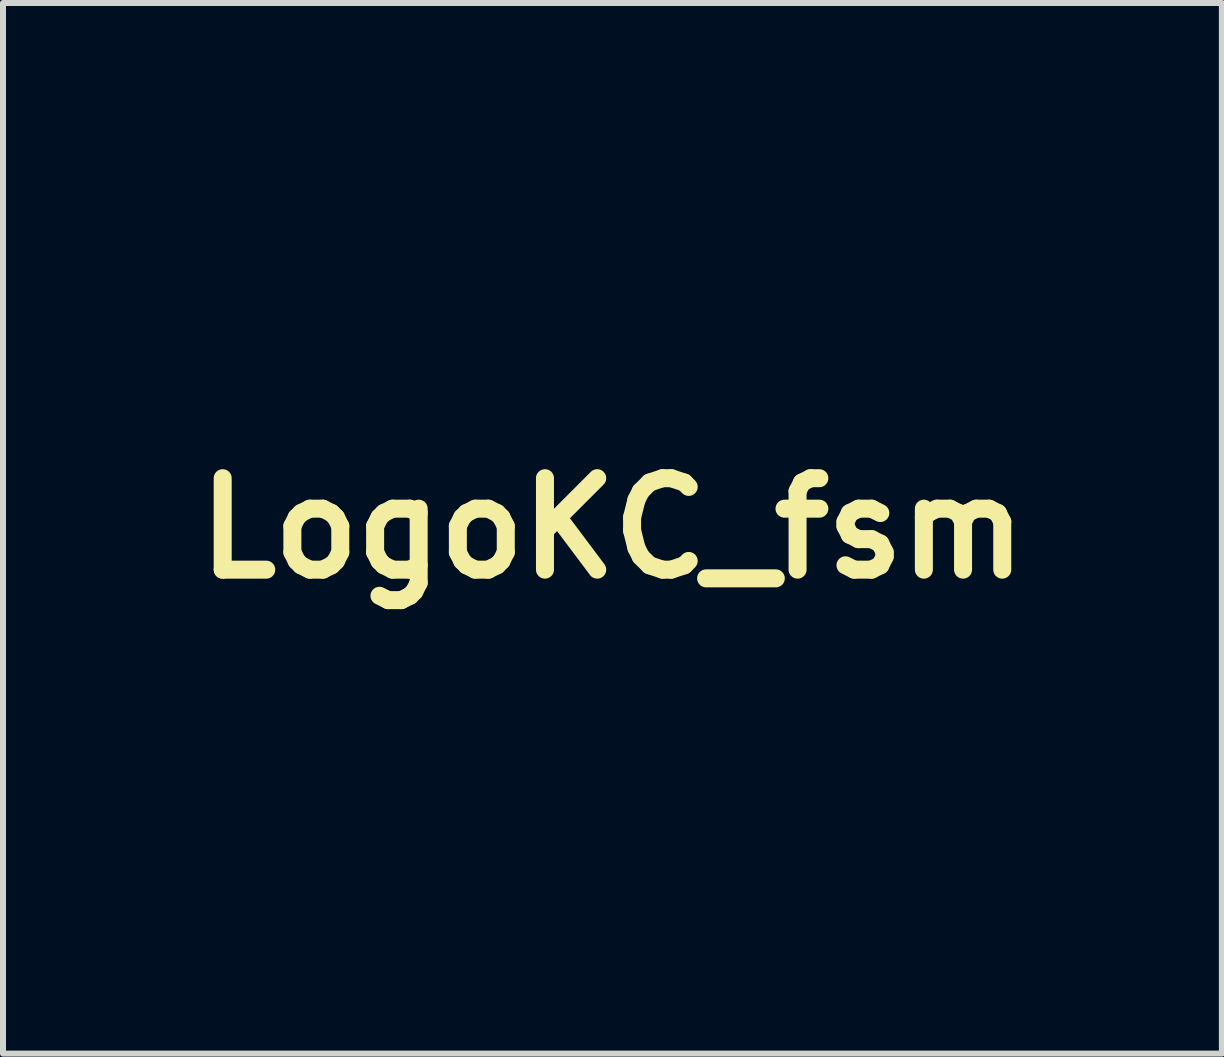
<source format=kicad_pcb>
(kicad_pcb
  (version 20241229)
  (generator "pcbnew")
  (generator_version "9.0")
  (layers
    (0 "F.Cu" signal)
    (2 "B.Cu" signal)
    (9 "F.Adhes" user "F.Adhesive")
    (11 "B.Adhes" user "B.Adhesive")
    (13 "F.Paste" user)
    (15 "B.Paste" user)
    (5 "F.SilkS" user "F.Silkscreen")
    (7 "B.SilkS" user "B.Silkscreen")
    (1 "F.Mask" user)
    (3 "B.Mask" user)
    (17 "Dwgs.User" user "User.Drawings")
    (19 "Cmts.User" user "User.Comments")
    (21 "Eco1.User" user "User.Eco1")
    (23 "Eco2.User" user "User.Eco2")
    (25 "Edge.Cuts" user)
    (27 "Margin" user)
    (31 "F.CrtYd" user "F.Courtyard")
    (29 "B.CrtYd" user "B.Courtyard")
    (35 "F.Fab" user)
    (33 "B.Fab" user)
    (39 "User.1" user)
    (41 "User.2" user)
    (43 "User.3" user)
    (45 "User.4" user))
  (footprint "LogoKC_fsm"
    (layer "F.Cu")
    (at 7.156 5.753)
    (property "Reference" "LogoKC_fsm" (at 0 0 0) (layer "F.SilkS") (effects (font (size 1.524 1.524) (thickness 0.3))))
    (attr board_only exclude_from_pos_files exclude_from_bom)
    (fp_poly (pts (xy 0.482 -5.733) (xy 0.662 -5.714) (xy 1.003 -5.661) (xy 1.337 -5.587) (xy 1.663 -5.493) (xy 1.981 -5.38) (xy 2.289 -5.249) (xy 2.587 -5.099) (xy 2.875 -4.933) (xy 3.152 -4.75) (xy 3.417 -4.551) (xy 3.67 -4.336) (xy 3.91 -4.107) (xy 4.136 -3.864) (xy 4.349 -3.608) (xy 4.546 -3.339) (xy 4.729 -3.058) (xy 4.895 -2.765) (xy 5.046 -2.462) (xy 5.179 -2.149) (xy 5.294 -1.826) (xy 5.391 -1.495) (xy 5.469 -1.155) (xy 5.527 -0.808) (xy 5.566 -0.454) (xy 5.569 -0.417) (xy 5.574 -0.331) (xy 5.577 -0.229) (xy 5.579 -0.116) (xy 5.58 0.003) (xy 5.579 0.121) (xy 5.577 0.234) (xy 5.573 0.336) (xy 5.569 0.417) (xy 5.532 0.772) (xy 5.476 1.12) (xy 5.399 1.461) (xy 5.303 1.795) (xy 5.189 2.12) (xy 5.057 2.435) (xy 4.907 2.741) (xy 4.741 3.037) (xy 4.558 3.321) (xy 4.36 3.593) (xy 4.146 3.852) (xy 3.918 4.098) (xy 3.677 4.33) (xy 3.421 4.547) (xy 3.153 4.749) (xy 2.873 4.934) (xy 2.582 5.103) (xy 2.279 5.254) (xy 1.966 5.386) (xy 1.643 5.5) (xy 1.31 5.593) (xy 1.273 5.603) (xy 0.933 5.674) (xy 0.591 5.722) (xy 0.247 5.749) (xy -0.1 5.754) (xy -0.322 5.746) (xy -0.661 5.715) (xy -0.997 5.663) (xy -1.329 5.59) (xy -1.656 5.496) (xy -1.976 5.381) (xy -2.29 5.247) (xy -2.595 5.093) (xy -2.891 4.921) (xy -3.177 4.73) (xy -3.451 4.521) (xy -3.714 4.294) (xy -3.88 4.135) (xy -4.125 3.876) (xy -4.352 3.603) (xy -4.561 3.318) (xy -4.751 3.021) (xy -4.923 2.713) (xy -5.076 2.395) (xy -5.21 2.067) (xy -5.324 1.732) (xy -5.418 1.388) (xy -5.491 1.038) (xy -5.544 0.681) (xy -5.569 0.417) (xy -5.574 0.331) (xy -5.577 0.229) (xy -5.579 0.116) (xy -5.58 0) (xy -5.397 0) (xy -5.394 0.22) (xy -5.386 0.424) (xy -5.372 0.616) (xy -5.351 0.801) (xy -5.323 0.984) (xy -5.286 1.17) (xy -5.241 1.363) (xy -5.218 1.456) (xy -5.151 1.689) (xy -5.069 1.929) (xy -4.976 2.17) (xy -4.874 2.407) (xy -4.764 2.633) (xy -4.658 2.829) (xy -4.475 3.127) (xy -4.274 3.411) (xy -4.055 3.683) (xy -3.821 3.94) (xy -3.571 4.181) (xy -3.307 4.406) (xy -3.031 4.612) (xy -2.875 4.716) (xy -2.705 4.821) (xy -2.525 4.923) (xy -2.343 5.019) (xy -2.163 5.105) (xy -1.992 5.18) (xy -1.951 5.197) (xy -1.64 5.309) (xy -1.319 5.402) (xy -0.99 5.476) (xy -0.657 5.53) (xy -0.411 5.557) (xy -0.351 5.561) (xy -0.272 5.563) (xy -0.179 5.565) (xy -0.077 5.565) (xy 0.032 5.564) (xy 0.142 5.562) (xy 0.25 5.56) (xy 0.352 5.556) (xy 0.443 5.552) (xy 0.52 5.547) (xy 0.572 5.542) (xy 0.914 5.491) (xy 1.25 5.419) (xy 1.58 5.327) (xy 1.901 5.215) (xy 2.213 5.083) (xy 2.515 4.933) (xy 2.629 4.869) (xy 2.917 4.692) (xy 3.194 4.495) (xy 3.46 4.279) (xy 3.714 4.047) (xy 3.954 3.798) (xy 4.179 3.533) (xy 4.269 3.418) (xy 4.462 3.146) (xy 4.64 2.859) (xy 4.8 2.559) (xy 4.944 2.249) (xy 5.069 1.93) (xy 5.175 1.604) (xy 5.262 1.273) (xy 5.328 0.939) (xy 5.341 0.85) (xy 5.356 0.749) (xy 5.368 0.659) (xy 5.377 0.576) (xy 5.384 0.496) (xy 5.39 0.414) (xy 5.393 0.327) (xy 5.395 0.231) (xy 5.397 0.12) (xy 5.397 0) (xy 5.396 -0.128) (xy 5.395 -0.238) (xy 5.393 -0.334) (xy 5.389 -0.42) (xy 5.384 -0.501) (xy 5.377 -0.581) (xy 5.367 -0.665) (xy 5.355 -0.755) (xy 5.341 -0.85) (xy 5.279 -1.197) (xy 5.195 -1.539) (xy 5.09 -1.874) (xy 4.965 -2.201) (xy 4.819 -2.521) (xy 4.654 -2.831) (xy 4.47 -3.131) (xy 4.267 -3.42) (xy 4.045 -3.698) (xy 4.037 -3.707) (xy 3.978 -3.774) (xy 3.905 -3.851) (xy 3.824 -3.935) (xy 3.738 -4.021) (xy 3.65 -4.106) (xy 3.566 -4.186) (xy 3.488 -4.257) (xy 3.424 -4.312) (xy 3.146 -4.53) (xy 2.859 -4.728) (xy 2.563 -4.905) (xy 2.258 -5.062) (xy 1.945 -5.198) (xy 1.623 -5.314) (xy 1.293 -5.409) (xy 0.956 -5.483) (xy 0.61 -5.537) (xy 0.572 -5.541) (xy 0.492 -5.549) (xy 0.394 -5.555) (xy 0.283 -5.561) (xy 0.165 -5.564) (xy 0.045 -5.567) (xy -0.074 -5.567) (xy -0.185 -5.566) (xy -0.285 -5.563) (xy -0.367 -5.559) (xy -0.61 -5.536) (xy -0.842 -5.503) (xy -1.07 -5.461) (xy -1.283 -5.412) (xy -1.605 -5.32) (xy -1.921 -5.207) (xy -2.232 -5.073) (xy -2.533 -4.921) (xy -2.825 -4.75) (xy -3.104 -4.562) (xy -3.308 -4.406) (xy -3.574 -4.179) (xy -3.824 -3.937) (xy -4.057 -3.681) (xy -4.274 -3.41) (xy -4.473 -3.127) (xy -4.655 -2.832) (xy -4.818 -2.526) (xy -4.962 -2.21) (xy -5.087 -1.884) (xy -5.192 -1.549) (xy -5.276 -1.207) (xy -5.284 -1.171) (xy -5.314 -1.022) (xy -5.338 -0.883) (xy -5.358 -0.752) (xy -5.373 -0.623) (xy -5.384 -0.491) (xy -5.391 -0.352) (xy -5.395 -0.201) (xy -5.397 -0.033) (xy -5.397 0) (xy -5.58 0) (xy -5.58 -0.003) (xy -5.579 -0.121) (xy -5.577 -0.234) (xy -5.573 -0.335) (xy -5.569 -0.417) (xy -5.532 -0.772) (xy -5.475 -1.122) (xy -5.398 -1.464) (xy -5.302 -1.799) (xy -5.187 -2.126) (xy -5.054 -2.443) (xy -4.902 -2.751) (xy -4.734 -3.049) (xy -4.549 -3.335) (xy -4.348 -3.608) (xy -4.131 -3.87) (xy -3.9 -4.117) (xy -3.654 -4.35) (xy -3.394 -4.569) (xy -3.121 -4.771) (xy -2.835 -4.957) (xy -2.537 -5.126) (xy -2.227 -5.276) (xy -1.906 -5.408) (xy -1.884 -5.417) (xy -1.556 -5.526) (xy -1.223 -5.614) (xy -0.885 -5.681) (xy -0.545 -5.727) (xy -0.203 -5.751) (xy 0.14 -5.753)) (stroke (width 0) (type solid)) (fill yes) (layer "F.Mask"))
    (fp_poly (pts (xy -0.001 -3.824) (xy 0.55 -3.823) (xy 0.603 -3.734) (xy 0.613 -3.717) (xy 0.633 -3.682) (xy 0.664 -3.629) (xy 0.704 -3.559) (xy 0.754 -3.473) (xy 0.813 -3.372) (xy 0.88 -3.256) (xy 0.955 -3.126) (xy 1.037 -2.983) (xy 1.127 -2.828) (xy 1.223 -2.661) (xy 1.326 -2.483) (xy 1.434 -2.296) (xy 1.548 -2.099) (xy 1.666 -1.894) (xy 1.789 -1.682) (xy 1.916 -1.462) (xy 2.046 -1.237) (xy 2.179 -1.006) (xy 2.315 -0.77) (xy 2.322 -0.758) (xy 3.99 2.13) (xy 3.529 3.223) (xy 0 3.223) (xy -3.529 3.223) (xy -3.76 2.677) (xy -3.942 2.243) (xy -3.724 2.243) (xy -3.72 2.254) (xy -3.708 2.284) (xy -3.689 2.33) (xy -3.665 2.39) (xy -3.636 2.46) (xy -3.602 2.54) (xy -3.566 2.626) (xy -3.561 2.637) (xy -3.398 3.024) (xy 3.289 3.024) (xy 3.207 2.882) (xy 3.194 2.86) (xy 3.171 2.819) (xy 3.137 2.761) (xy 3.094 2.686) (xy 3.041 2.595) (xy 2.981 2.49) (xy 2.912 2.371) (xy 2.835 2.238) (xy 2.752 2.094) (xy 2.662 1.938) (xy 2.565 1.771) (xy 2.464 1.595) (xy 2.357 1.411) (xy 2.246 1.218) (xy 2.131 1.019) (xy 2.012 0.813) (xy 1.891 0.603) (xy 1.767 0.388) (xy 1.735 0.334) (xy 1.612 0.12) (xy 1.491 -0.089) (xy 1.374 -0.292) (xy 1.26 -0.488) (xy 1.151 -0.677) (xy 1.047 -0.857) (xy 0.948 -1.029) (xy 0.854 -1.19) (xy 0.767 -1.34) (xy 0.686 -1.479) (xy 0.613 -1.606) (xy 0.547 -1.719) (xy 0.489 -1.818) (xy 0.44 -1.902) (xy 0.4 -1.971) (xy 0.369 -2.023) (xy 0.348 -2.057) (xy 0.338 -2.074) (xy 0.337 -2.075) (xy 0.329 -2.067) (xy 0.312 -2.042) (xy 0.288 -2.004) (xy 0.258 -1.954) (xy 0.225 -1.898) (xy 0.221 -1.891) (xy 0.114 -1.703) (xy 1.242 0.25) (xy 1.353 0.443) (xy 1.461 0.631) (xy 1.566 0.812) (xy 1.667 0.987) (xy 1.763 1.154) (xy 1.854 1.313) (xy 1.94 1.461) (xy 2.02 1.599) (xy 2.093 1.726) (xy 2.158 1.84) (xy 2.217 1.941) (xy 2.266 2.028) (xy 2.308 2.1) (xy 2.34 2.156) (xy 2.362 2.195) (xy 2.373 2.216) (xy 2.375 2.219) (xy 2.373 2.221) (xy 2.365 2.222) (xy 2.351 2.224) (xy 2.329 2.225) (xy 2.299 2.226) (xy 2.26 2.227) (xy 2.211 2.228) (xy 2.153 2.229) (xy 2.083 2.23) (xy 2.002 2.23) (xy 1.908 2.231) (xy 1.802 2.232) (xy 1.681 2.232) (xy 1.546 2.233) (xy 1.396 2.233) (xy 1.23 2.233) (xy 1.047 2.234) (xy 0.847 2.234) (xy 0.628 2.234) (xy 0.391 2.234) (xy 0.134 2.234) (xy -0.143 2.234) (xy -0.441 2.234) (xy -0.671 2.234) (xy -0.93 2.234) (xy -1.183 2.234) (xy -1.43 2.235) (xy -1.669 2.235) (xy -1.899 2.235) (xy -2.12 2.235) (xy -2.33 2.236) (xy -2.529 2.236) (xy -2.716 2.236) (xy -2.891 2.237) (xy -3.051 2.237) (xy -3.196 2.238) (xy -3.326 2.239) (xy -3.439 2.239) (xy -3.534 2.24) (xy -3.611 2.24) (xy -3.669 2.241) (xy -3.707 2.242) (xy -3.723 2.242) (xy -3.724 2.243) (xy -3.942 2.243) (xy -3.99 2.13) (xy -3.929 2.024) (xy -3.7 2.024) (xy -3.689 2.025) (xy -3.657 2.026) (xy -3.604 2.027) (xy -3.53 2.028) (xy -3.438 2.029) (xy -3.326 2.03) (xy -3.196 2.03) (xy -3.048 2.031) (xy -2.883 2.032) (xy -2.703 2.032) (xy -2.506 2.033) (xy -2.295 2.033) (xy -2.069 2.033) (xy -1.83 2.034) (xy -1.578 2.034) (xy -1.314 2.034) (xy -1.038 2.034) (xy -0.83 2.034) (xy 2.044 2.034) (xy 1.91 1.801) (xy 1.775 1.567) (xy -0.446 1.567) (xy -0.667 1.567) (xy -0.881 1.567) (xy -1.089 1.567) (xy -1.288 1.567) (xy -1.478 1.567) (xy -1.658 1.566) (xy -1.827 1.566) (xy -1.984 1.566) (xy -2.127 1.565) (xy -2.255 1.565) (xy -2.369 1.564) (xy -2.465 1.564) (xy -2.544 1.563) (xy -2.605 1.563) (xy -2.646 1.562) (xy -2.666 1.561) (xy -2.668 1.561) (xy -2.662 1.551) (xy -2.646 1.523) (xy -2.62 1.478) (xy -2.585 1.416) (xy -2.557 1.367) (xy -1.658 1.367) (xy 1.658 1.367) (xy 1.621 1.302) (xy 1.596 1.257) (xy 1.562 1.197) (xy 1.519 1.123) (xy 1.469 1.037) (xy 1.413 0.939) (xy 1.351 0.83) (xy 1.283 0.713) (xy 1.211 0.589) (xy 1.136 0.458) (xy 1.057 0.322) (xy 0.976 0.182) (xy 0.894 0.04) (xy 0.812 -0.103) (xy 0.729 -0.246) (xy 0.647 -0.387) (xy 0.567 -0.526) (xy 0.489 -0.66) (xy 0.414 -0.789) (xy 0.343 -0.912) (xy 0.277 -1.026) (xy 0.216 -1.131) (xy 0.161 -1.226) (xy 0.113 -1.309) (xy 0.072 -1.378) (xy 0.04 -1.433) (xy 0.016 -1.473) (xy 0.003 -1.495) (xy 0 -1.5) (xy -0.006 -1.491) (xy -0.022 -1.463) (xy -0.048 -1.419) (xy -0.083 -1.36) (xy -0.126 -1.286) (xy -0.176 -1.2) (xy -0.233 -1.102) (xy -0.295 -0.994) (xy -0.363 -0.877) (xy -0.435 -0.753) (xy -0.511 -0.622) (xy -0.59 -0.486) (xy -0.67 -0.347) (xy -0.753 -0.205) (xy -0.835 -0.062) (xy -0.918 0.081) (xy -1 0.223) (xy -1.08 0.361) (xy -1.158 0.496) (xy -1.232 0.625) (xy -1.303 0.748) (xy -1.369 0.863) (xy -1.43 0.969) (xy -1.485 1.064) (xy -1.533 1.147) (xy -1.573 1.217) (xy -1.605 1.273) (xy -1.621 1.302) (xy -1.658 1.367) (xy -2.557 1.367) (xy -2.55 1.356) (xy -2.319 1.356) (xy -2.313 1.36) (xy -2.297 1.363) (xy -2.269 1.365) (xy -2.226 1.366) (xy -2.165 1.367) (xy -2.105 1.367) (xy -1.884 1.367) (xy -0.784 -0.541) (xy -0.674 -0.731) (xy -0.567 -0.917) (xy -0.464 -1.096) (xy -0.364 -1.268) (xy -0.269 -1.433) (xy -0.179 -1.589) (xy -0.095 -1.735) (xy -0.016 -1.871) (xy 0.056 -1.995) (xy 0.12 -2.106) (xy 0.177 -2.204) (xy 0.225 -2.288) (xy 0.265 -2.357) (xy 0.296 -2.409) (xy 0.316 -2.445) (xy 0.327 -2.462) (xy 0.328 -2.464) (xy 0.331 -2.461) (xy 0.341 -2.448) (xy 0.355 -2.426) (xy 0.376 -2.393) (xy 0.403 -2.349) (xy 0.436 -2.294) (xy 0.477 -2.226) (xy 0.524 -2.147) (xy 0.579 -2.054) (xy 0.641 -1.948) (xy 0.711 -1.828) (xy 0.789 -1.693) (xy 0.876 -1.544) (xy 0.972 -1.379) (xy 1.077 -1.198) (xy 1.191 -1.001) (xy 1.315 -0.787) (xy 1.449 -0.555) (xy 1.593 -0.306) (xy 1.748 -0.038) (xy 1.883 0.197) (xy 2.014 0.423) (xy 2.141 0.644) (xy 2.265 0.859) (xy 2.386 1.068) (xy 2.502 1.269) (xy 2.614 1.463) (xy 2.72 1.647) (xy 2.821 1.822) (xy 2.916 1.986) (xy 3.005 2.139) (xy 3.086 2.281) (xy 3.161 2.409) (xy 3.227 2.524) (xy 3.286 2.625) (xy 3.335 2.71) (xy 3.376 2.78) (xy 3.406 2.833) (xy 3.427 2.869) (xy 3.438 2.886) (xy 3.439 2.888) (xy 3.448 2.893) (xy 3.459 2.88) (xy 3.465 2.866) (xy 3.473 2.847) (xy 3.489 2.81) (xy 3.51 2.758) (xy 3.537 2.694) (xy 3.569 2.621) (xy 3.603 2.54) (xy 3.625 2.487) (xy 3.664 2.394) (xy 3.696 2.318) (xy 3.72 2.258) (xy 3.738 2.213) (xy 3.75 2.179) (xy 3.756 2.155) (xy 3.759 2.138) (xy 3.758 2.127) (xy 3.756 2.121) (xy 3.748 2.107) (xy 3.73 2.075) (xy 3.701 2.025) (xy 3.664 1.96) (xy 3.617 1.879) (xy 3.562 1.783) (xy 3.499 1.674) (xy 3.429 1.553) (xy 3.352 1.42) (xy 3.269 1.275) (xy 3.18 1.122) (xy 3.087 0.959) (xy 2.988 0.788) (xy 2.885 0.61) (xy 2.779 0.426) (xy 2.67 0.236) (xy 2.558 0.043) (xy 2.444 -0.155) (xy 2.329 -0.354) (xy 2.212 -0.555) (xy 2.096 -0.757) (xy 1.979 -0.959) (xy 1.864 -1.159) (xy 1.749 -1.357) (xy 1.636 -1.553) (xy 1.526 -1.744) (xy 1.418 -1.93) (xy 1.314 -2.111) (xy 1.213 -2.285) (xy 1.117 -2.451) (xy 1.026 -2.609) (xy 0.94 -2.757) (xy 0.861 -2.895) (xy 0.788 -3.021) (xy 0.721 -3.135) (xy 0.663 -3.236) (xy 0.613 -3.323) (xy 0.571 -3.395) (xy 0.538 -3.451) (xy 0.515 -3.491) (xy 0.503 -3.512) (xy 0.501 -3.516) (xy 0.495 -3.507) (xy 0.478 -3.48) (xy 0.451 -3.436) (xy 0.416 -3.375) (xy 0.371 -3.299) (xy 0.318 -3.208) (xy 0.257 -3.105) (xy 0.189 -2.989) (xy 0.115 -2.861) (xy 0.035 -2.723) (xy -0.051 -2.576) (xy -0.141 -2.421) (xy -0.236 -2.258) (xy -0.334 -2.088) (xy -0.436 -1.913) (xy -0.54 -1.734) (xy -0.646 -1.551) (xy -0.754 -1.366) (xy -0.862 -1.179) (xy -0.97 -0.992) (xy -1.078 -0.805) (xy -1.186 -0.62) (xy -1.292 -0.437) (xy -1.395 -0.258) (xy -1.497 -0.083) (xy -1.595 0.087) (xy -1.689 0.25) (xy -1.779 0.406) (xy -1.864 0.554) (xy -1.943 0.692) (xy -2.017 0.819) (xy -2.084 0.936) (xy -2.144 1.04) (xy -2.195 1.131) (xy -2.239 1.207) (xy -2.274 1.268) (xy -2.299 1.313) (xy -2.314 1.341) (xy -2.319 1.35) (xy -2.319 1.356) (xy -2.55 1.356) (xy -2.54 1.338) (xy -2.488 1.247) (xy -2.427 1.141) (xy -2.359 1.024) (xy -2.285 0.894) (xy -2.204 0.754) (xy -2.118 0.605) (xy -2.027 0.447) (xy -1.931 0.281) (xy -1.832 0.108) (xy -1.729 -0.07) (xy -1.623 -0.254) (xy -1.515 -0.441) (xy -1.406 -0.631) (xy -1.295 -0.823) (xy -1.184 -1.016) (xy -1.073 -1.209) (xy -0.962 -1.401) (xy -0.852 -1.591) (xy -0.744 -1.778) (xy -0.638 -1.962) (xy -0.535 -2.14) (xy -0.435 -2.313) (xy -0.339 -2.479) (xy -0.248 -2.638) (xy -0.161 -2.787) (xy -0.08 -2.928) (xy -0.005 -3.057) (xy 0.063 -3.176) (xy 0.124 -3.281) (xy 0.178 -3.373) (xy 0.223 -3.451) (xy 0.259 -3.514) (xy 0.286 -3.56) (xy 0.303 -3.589) (xy 0.309 -3.599) (xy 0.325 -3.624) (xy -0.441 -3.624) (xy -2.068 -0.805) (xy -2.202 -0.573) (xy -2.333 -0.346) (xy -2.461 -0.125) (xy -2.585 0.089) (xy -2.704 0.297) (xy -2.819 0.496) (xy -2.929 0.687) (xy -3.034 0.868) (xy -3.132 1.039) (xy -3.225 1.199) (xy -3.31 1.347) (xy -3.388 1.482) (xy -3.458 1.604) (xy -3.521 1.713) (xy -3.575 1.806) (xy -3.619 1.884) (xy -3.655 1.945) (xy -3.68 1.99) (xy -3.695 2.016) (xy -3.7 2.024) (xy -3.929 2.024) (xy -2.271 -0.847) (xy -0.552 -3.824)) (stroke (width 0) (type solid)) (fill yes) (layer "F.Mask")))
  (gr_rect
    (start -3 -3)
    (end 17.311 14.507)
    (stroke (width 0.1) (type default))
    (fill no)
    (layer "Edge.Cuts")))
</source>
